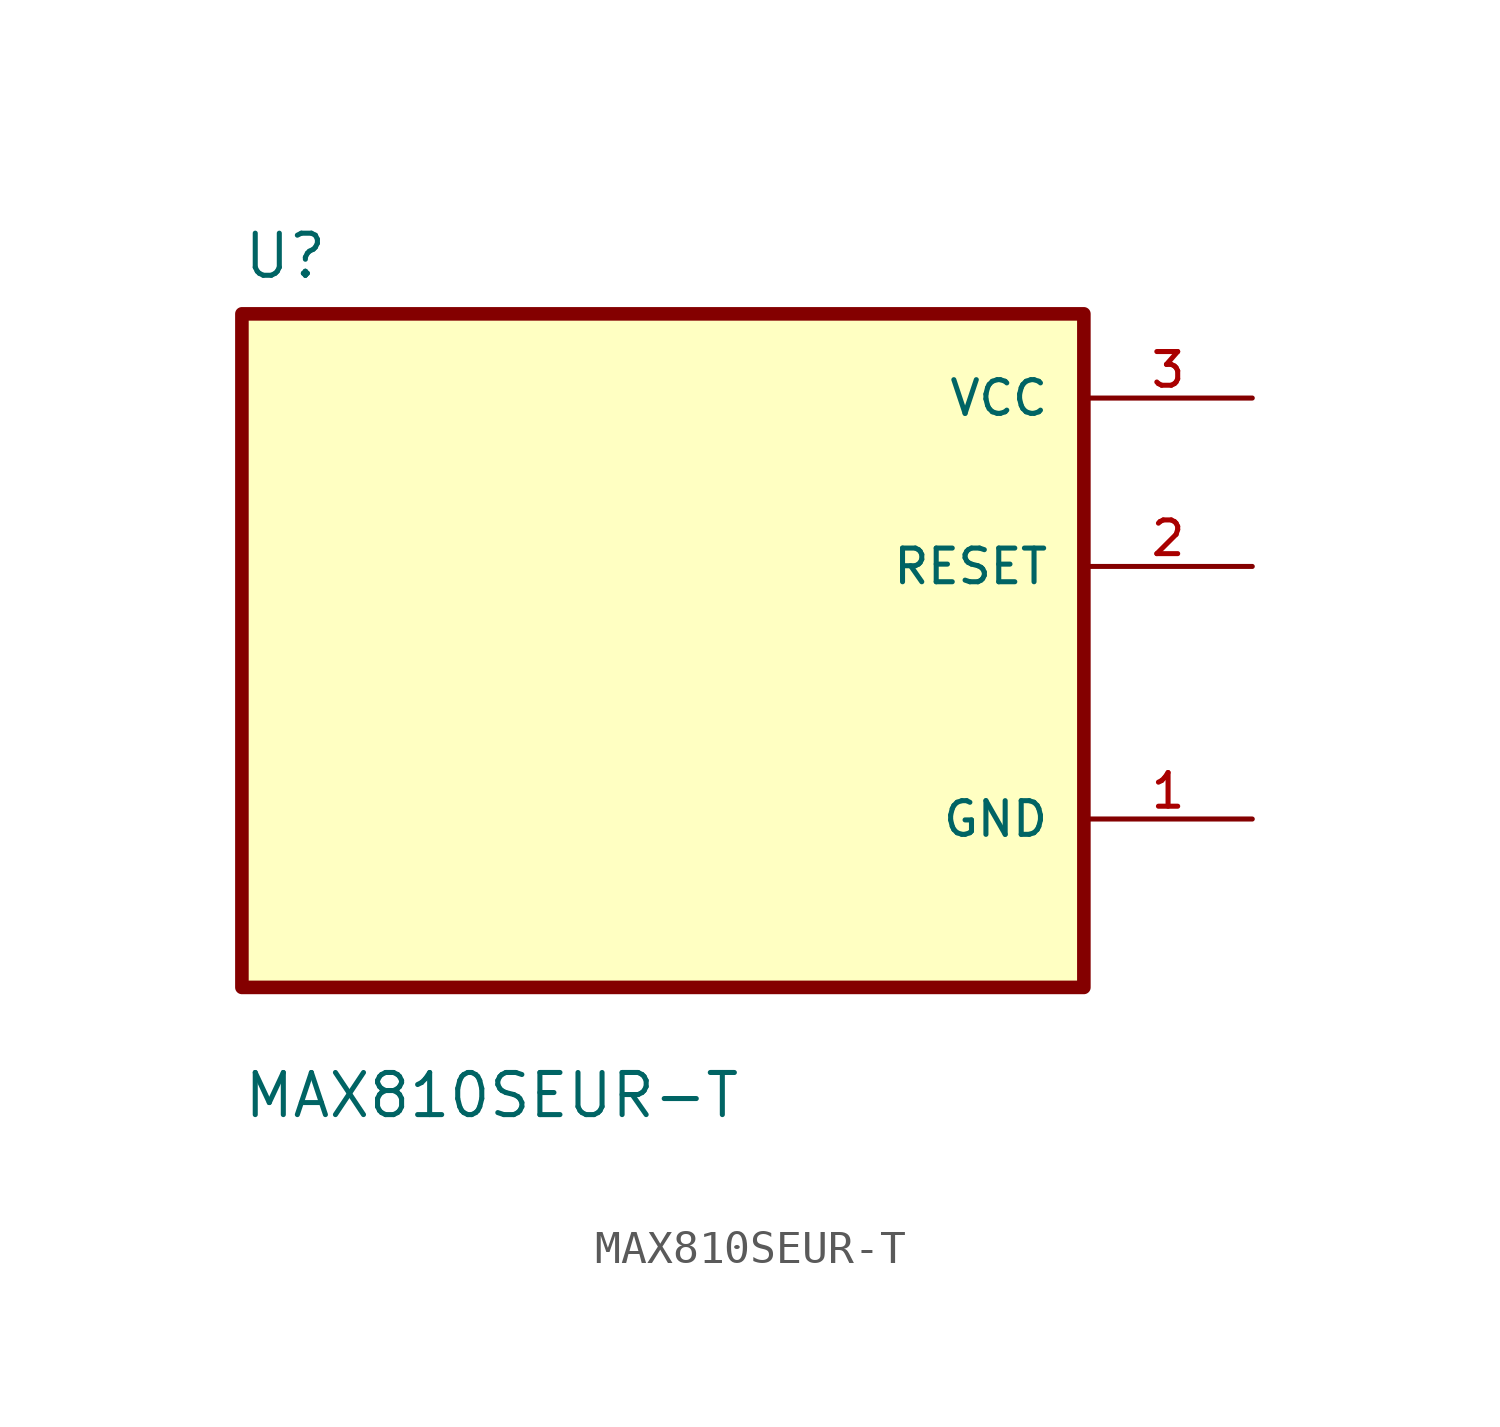
<source format=kicad_sym>
(kicad_symbol_lib
  (version 20211014)
  (generator kicad_symbol_editor)
  (symbol "MAX810SEUR-T"
    (pin_names
      (offset 1.016))
    (property "Reference" "U"
      (at -12.7 11.16 0.0)
      (effects (font (size 1.27 1.27)) (justify bottom left)))
    (property "Value" "MAX810SEUR-T"
      (at -12.7 -14.16 0.0)
      (effects (font (size 1.27 1.27)) (justify bottom left)))
    (symbol "MAX810SEUR-T_0_0"
      (rectangle (start -12.7 -10.16) (end 12.7 10.16) (stroke (width 0.41)) (fill (type background)))
      (pin power_in line (at 17.78 7.62 180.0) (length 5.08) (name "VCC" (effects (font (size 1.016 1.016)))) (number "3" (effects (font (size 1.016 1.016)))))
      (pin output line (at 17.78 2.54 180.0) (length 5.08) (name "RESET" (effects (font (size 1.016 1.016)))) (number "2" (effects (font (size 1.016 1.016)))))
      (pin power_in line (at 17.78 -5.08 180.0) (length 5.08) (name "GND" (effects (font (size 1.016 1.016)))) (number "1" (effects (font (size 1.016 1.016))))))))
</source>
